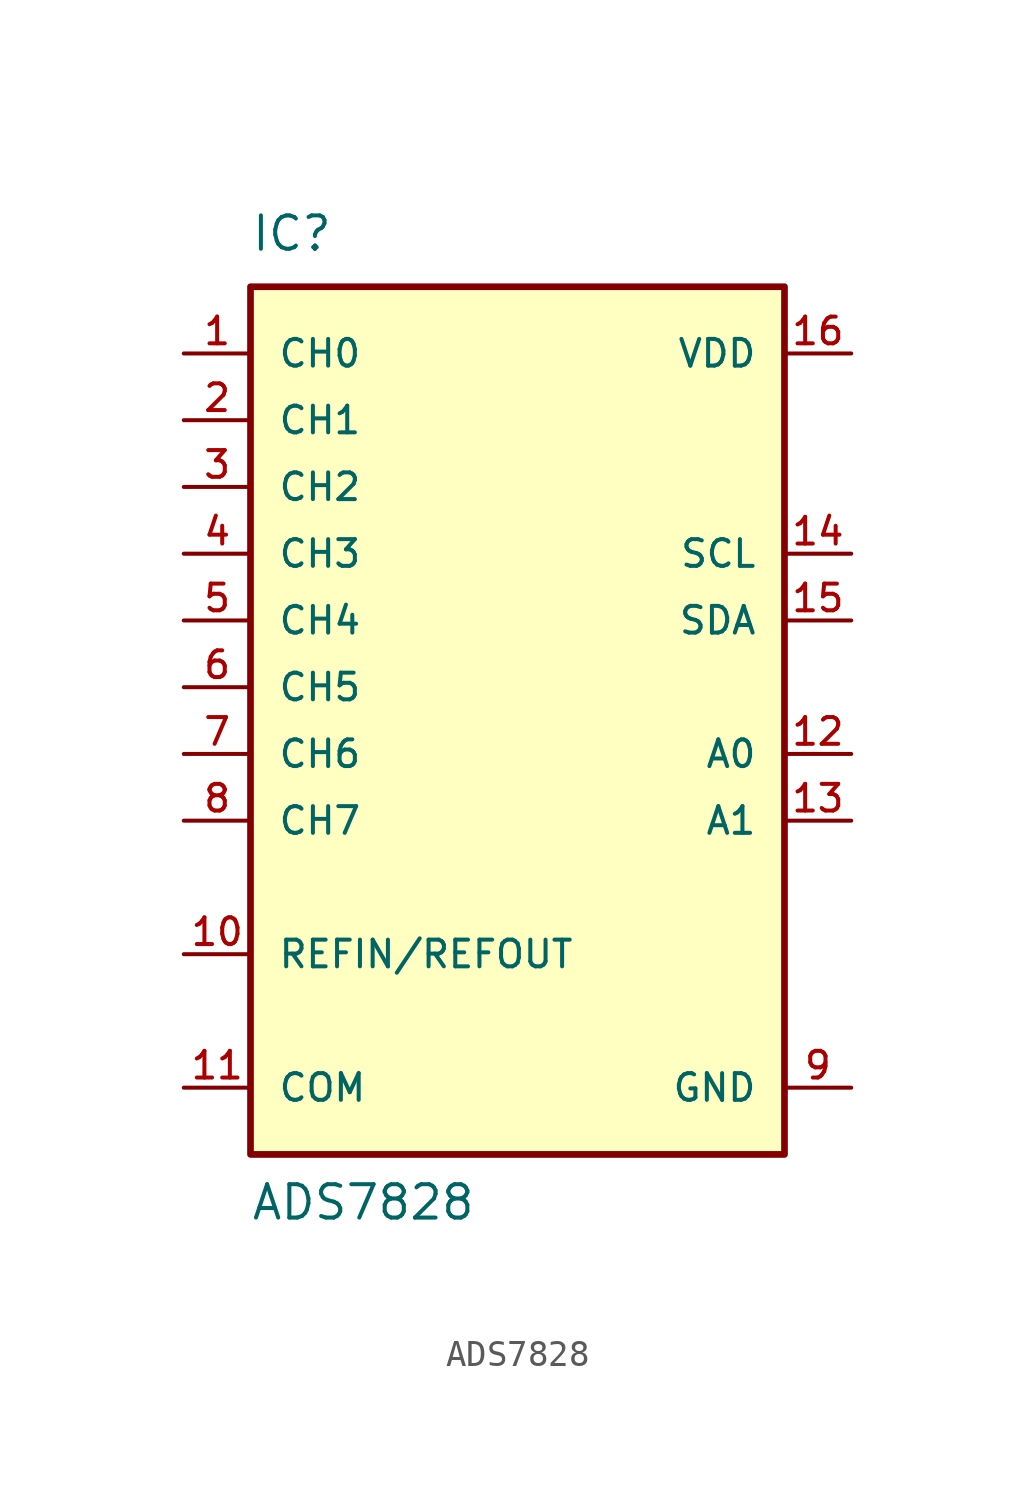
<source format=kicad_sym>
(kicad_symbol_lib
  (version 20211014)
  (generator kicad_symbol_editor)
  (symbol "ADS7828"
    (pin_names
      (offset 1.016))
    (property "Reference" "IC"
      (at -10.167 16.521 0)
      (effects (font (size 1.27 1.27)) (justify bottom left)))
    (property "Value" "ADS7828"
      (at -10.173 -20.346 0)
      (effects (font (size 1.27 1.27)) (justify bottom left)))
    (symbol "ADS7828_0_0"
      (rectangle (start -10.16 -17.78) (end 10.16 15.24) (stroke (width 0.254)) (fill (type background)))
      (pin input line (at -12.7 12.7 0) (length 2.54) (name "CH0" (effects (font (size 1.016 1.016)))) (number "1" (effects (font (size 1.016 1.016)))))
      (pin input line (at -12.7 10.16 0) (length 2.54) (name "CH1" (effects (font (size 1.016 1.016)))) (number "2" (effects (font (size 1.016 1.016)))))
      (pin input line (at -12.7 7.62 0) (length 2.54) (name "CH2" (effects (font (size 1.016 1.016)))) (number "3" (effects (font (size 1.016 1.016)))))
      (pin input line (at -12.7 5.08 0) (length 2.54) (name "CH3" (effects (font (size 1.016 1.016)))) (number "4" (effects (font (size 1.016 1.016)))))
      (pin input line (at -12.7 2.54 0) (length 2.54) (name "CH4" (effects (font (size 1.016 1.016)))) (number "5" (effects (font (size 1.016 1.016)))))
      (pin input line (at -12.7 0.0 0) (length 2.54) (name "CH5" (effects (font (size 1.016 1.016)))) (number "6" (effects (font (size 1.016 1.016)))))
      (pin input line (at -12.7 -2.54 0) (length 2.54) (name "CH6" (effects (font (size 1.016 1.016)))) (number "7" (effects (font (size 1.016 1.016)))))
      (pin input line (at -12.7 -5.08 0) (length 2.54) (name "CH7" (effects (font (size 1.016 1.016)))) (number "8" (effects (font (size 1.016 1.016)))))
      (pin input line (at -12.7 -15.24 0) (length 2.54) (name "COM" (effects (font (size 1.016 1.016)))) (number "11" (effects (font (size 1.016 1.016)))))
      (pin bidirectional line (at 12.7 2.54 180.0) (length 2.54) (name "SDA" (effects (font (size 1.016 1.016)))) (number "15" (effects (font (size 1.016 1.016)))))
      (pin passive line (at -12.7 -10.16 0) (length 2.54) (name "REFIN/REFOUT" (effects (font (size 1.016 1.016)))) (number "10" (effects (font (size 1.016 1.016)))))
      (pin power_in line (at 12.7 12.7 180.0) (length 2.54) (name "VDD" (effects (font (size 1.016 1.016)))) (number "16" (effects (font (size 1.016 1.016)))))
      (pin power_in line (at 12.7 -15.24 180.0) (length 2.54) (name "GND" (effects (font (size 1.016 1.016)))) (number "9" (effects (font (size 1.016 1.016)))))
      (pin input line (at 12.7 -5.08 180.0) (length 2.54) (name "A1" (effects (font (size 1.016 1.016)))) (number "13" (effects (font (size 1.016 1.016)))))
      (pin input line (at 12.7 -2.54 180.0) (length 2.54) (name "A0" (effects (font (size 1.016 1.016)))) (number "12" (effects (font (size 1.016 1.016)))))
      (pin input line (at 12.7 5.08 180.0) (length 2.54) (name "SCL" (effects (font (size 1.016 1.016)))) (number "14" (effects (font (size 1.016 1.016))))))))
</source>
